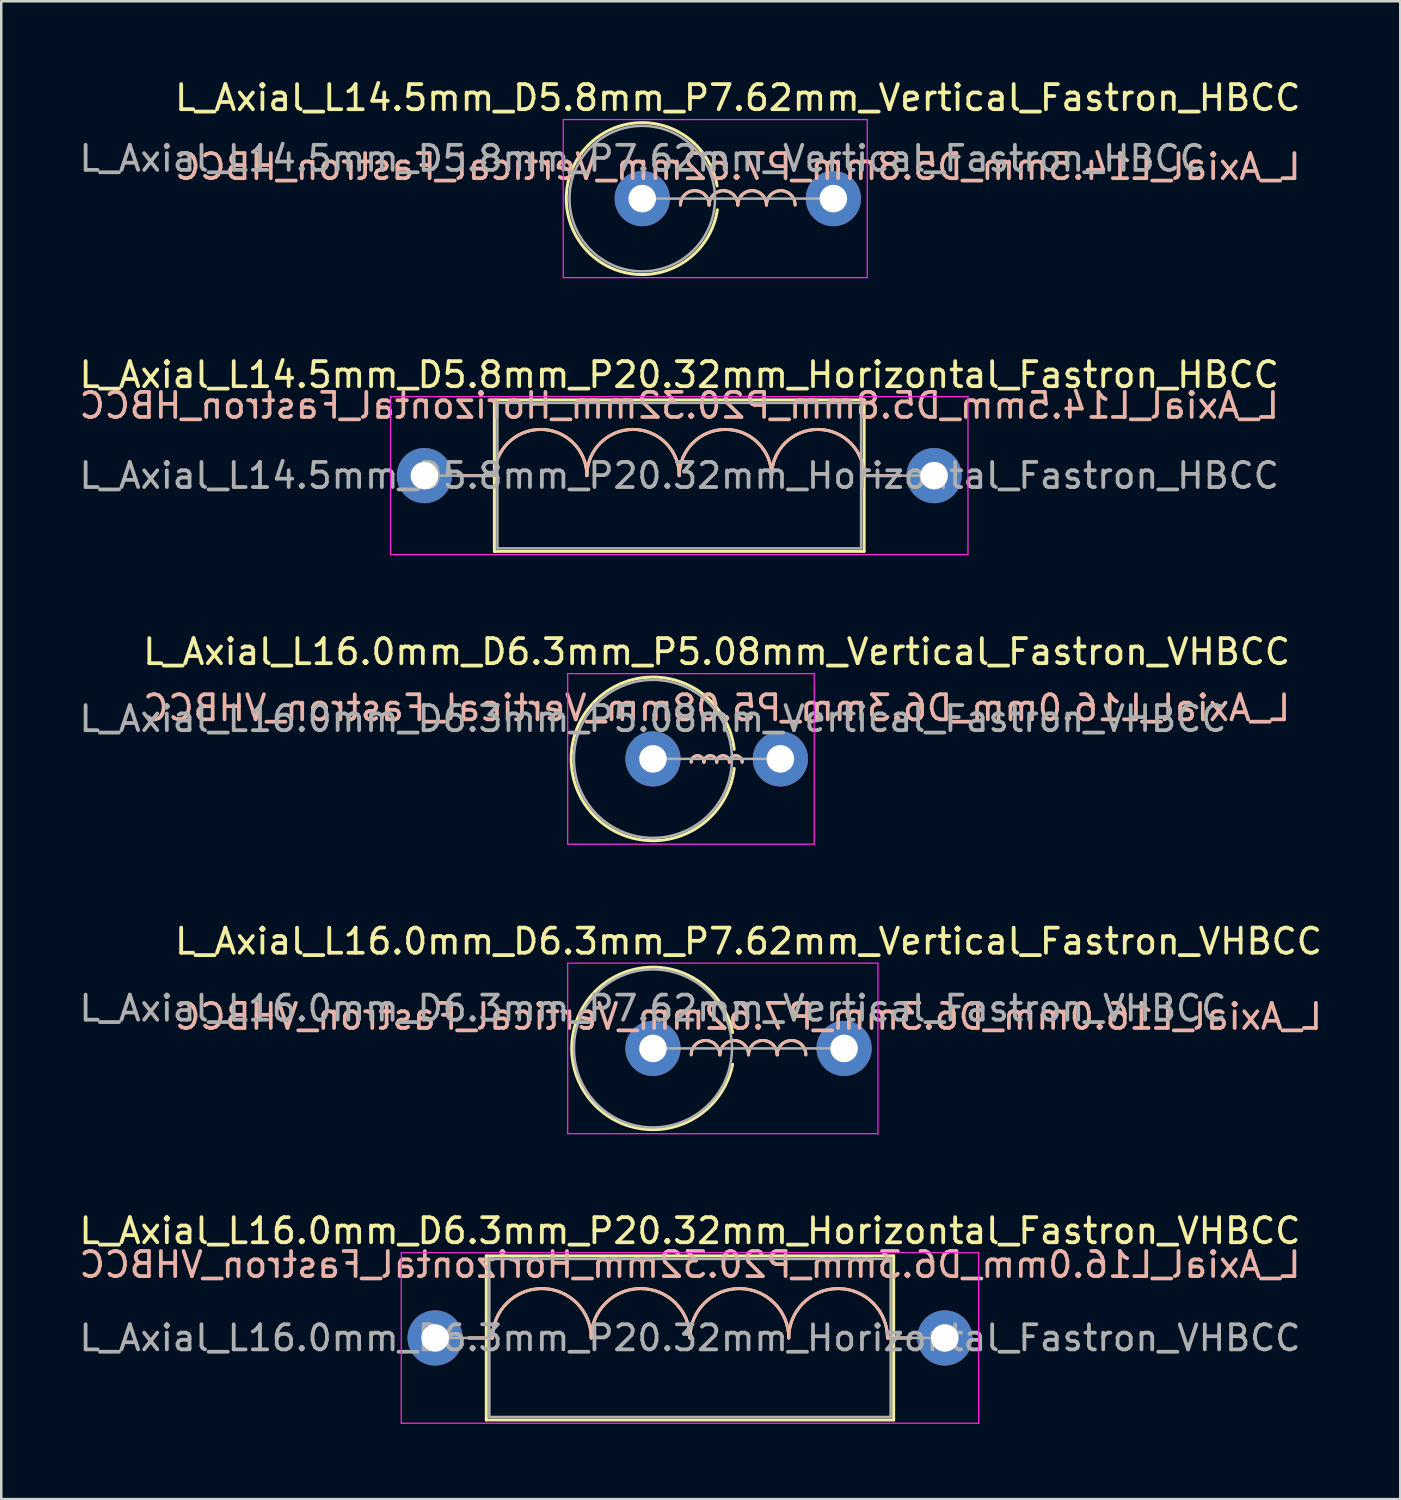
<source format=kicad_pcb>
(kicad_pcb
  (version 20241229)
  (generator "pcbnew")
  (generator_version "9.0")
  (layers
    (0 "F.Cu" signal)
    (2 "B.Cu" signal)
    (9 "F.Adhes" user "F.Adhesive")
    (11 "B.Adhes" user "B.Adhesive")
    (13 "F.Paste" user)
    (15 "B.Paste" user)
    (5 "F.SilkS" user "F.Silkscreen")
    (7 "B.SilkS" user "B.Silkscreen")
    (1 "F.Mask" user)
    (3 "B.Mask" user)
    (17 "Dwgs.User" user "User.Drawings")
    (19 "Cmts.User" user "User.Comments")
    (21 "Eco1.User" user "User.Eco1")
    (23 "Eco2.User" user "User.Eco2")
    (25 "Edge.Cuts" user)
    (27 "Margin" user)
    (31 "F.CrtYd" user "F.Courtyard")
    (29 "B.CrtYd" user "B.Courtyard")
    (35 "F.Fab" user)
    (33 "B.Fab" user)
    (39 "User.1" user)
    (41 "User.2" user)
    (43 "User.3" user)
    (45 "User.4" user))
  (footprint "L_Axial_L16.0mm_D6.3mm_P5.08mm_Vertical_Fastron_VHBCC"
    (layer "F.Cu")
    (at 22.982 27.205)
    (property "Reference" "L_Axial_L16.0mm_D6.3mm_P5.08mm_Vertical_Fastron_VHBCC" (at 2.54 -4.27 0) (layer "F.SilkS") (effects (font (size 1 1) (thickness 0.15))))
    (fp_arc (start 1.524 0.127) (mid 1.778 -0.127) (end 2.032 0.127) (stroke (width 0.12) (type solid)) (layer "F.SilkS"))
    (fp_arc (start 2.032 0.127) (mid 2.286 -0.127) (end 2.54 0.127) (stroke (width 0.12) (type solid)) (layer "F.SilkS"))
    (fp_arc (start 2.54 0.127) (mid 2.794 -0.127) (end 3.048 0.127) (stroke (width 0.12) (type solid)) (layer "F.SilkS"))
    (fp_arc (start 3.048 0.127) (mid 3.302 -0.127) (end 3.556 0.127) (stroke (width 0.12) (type solid)) (layer "F.SilkS"))
    (fp_arc (start 3.2385 0.381) (mid -3.260835 0) (end 3.2385 -0.381) (stroke (width 0.12) (type solid)) (layer "F.SilkS"))
    (fp_arc (start 1.524 0.127) (mid 1.778 -0.127) (end 2.032 0.127) (stroke (width 0.12) (type solid)) (layer "B.SilkS"))
    (fp_arc (start 2.032 0.127) (mid 2.286 -0.127) (end 2.54 0.127) (stroke (width 0.12) (type solid)) (layer "B.SilkS"))
    (fp_arc (start 2.54 0.127) (mid 2.794 -0.127) (end 3.048 0.127) (stroke (width 0.12) (type solid)) (layer "B.SilkS"))
    (fp_arc (start 3.048 0.127) (mid 3.302 -0.127) (end 3.556 0.127) (stroke (width 0.12) (type solid)) (layer "B.SilkS"))
    (fp_line (start -3.4 -3.4) (end -3.4 3.4) (stroke (width 0.05) (type solid)) (layer "F.CrtYd"))
    (fp_line (start -3.4 3.4) (end 6.43 3.4) (stroke (width 0.05) (type solid)) (layer "F.CrtYd"))
    (fp_line (start 6.43 -3.4) (end -3.4 -3.4) (stroke (width 0.05) (type solid)) (layer "F.CrtYd"))
    (fp_line (start 6.43 3.4) (end 6.43 -3.4) (stroke (width 0.05) (type solid)) (layer "F.CrtYd"))
    (fp_line (start 0 0) (end 5.08 0) (stroke (width 0.1) (type solid)) (layer "F.Fab"))
    (fp_circle (center 0 0) (end 3.15 0) (stroke (width 0.1) (type solid)) (fill no) (layer "F.Fab"))
    (fp_text user "${REFERENCE}" (at 2.54 -2.032 0) (layer "B.SilkS") (effects (font (size 1 1) (thickness 0.15)) (justify mirror)))
    (fp_text user "${REFERENCE}" (at 0 -1.6 0) (layer "F.Fab") (effects (font (size 1 1) (thickness 0.15))))
    (pad "1" thru_hole circle (at 0 0) (size 2.2 2.2) (drill 1.1) (layers "*.Cu" "*.Mask"))
    (pad "2" thru_hole oval (at 5.08 0) (size 2.2 2.2) (drill 1.1) (layers "*.Cu" "*.Mask")))
  (footprint "L_Axial_L16.0mm_D6.3mm_P7.62mm_Vertical_Fastron_VHBCC"
    (layer "F.Cu")
    (at 22.982 38.748)
    (property "Reference" "L_Axial_L16.0mm_D6.3mm_P7.62mm_Vertical_Fastron_VHBCC" (at 3.81 -4.27 0) (layer "F.SilkS") (effects (font (size 1 1) (thickness 0.15))))
    (fp_arc (start 1.524 0.254) (mid 2.0955 -0.3175) (end 2.667 0.254) (stroke (width 0.12) (type solid)) (layer "F.SilkS"))
    (fp_arc (start 2.667 0.254) (mid 3.2385 -0.3175) (end 3.81 0.254) (stroke (width 0.12) (type solid)) (layer "F.SilkS"))
    (fp_arc (start 3.175 0.635) (mid -3.237877 0) (end 3.175 -0.635) (stroke (width 0.12) (type solid)) (layer "F.SilkS"))
    (fp_arc (start 3.81 0.254) (mid 4.3815 -0.3175) (end 4.953 0.254) (stroke (width 0.12) (type solid)) (layer "F.SilkS"))
    (fp_arc (start 4.953 0.254) (mid 5.5245 -0.3175) (end 6.096 0.254) (stroke (width 0.12) (type solid)) (layer "F.SilkS"))
    (fp_arc (start 1.524 0.254) (mid 2.0955 -0.3175) (end 2.667 0.254) (stroke (width 0.12) (type solid)) (layer "B.SilkS"))
    (fp_arc (start 2.667 0.254) (mid 3.2385 -0.3175) (end 3.81 0.254) (stroke (width 0.12) (type solid)) (layer "B.SilkS"))
    (fp_arc (start 3.81 0.254) (mid 4.3815 -0.3175) (end 4.953 0.254) (stroke (width 0.12) (type solid)) (layer "B.SilkS"))
    (fp_arc (start 4.953 0.254) (mid 5.5245 -0.3175) (end 6.096 0.254) (stroke (width 0.12) (type solid)) (layer "B.SilkS"))
    (fp_line (start -3.4 -3.4) (end -3.4 3.4) (stroke (width 0.05) (type solid)) (layer "F.CrtYd"))
    (fp_line (start -3.4 3.4) (end 8.97 3.4) (stroke (width 0.05) (type solid)) (layer "F.CrtYd"))
    (fp_line (start 8.97 -3.4) (end -3.4 -3.4) (stroke (width 0.05) (type solid)) (layer "F.CrtYd"))
    (fp_line (start 8.97 3.4) (end 8.97 -3.4) (stroke (width 0.05) (type solid)) (layer "F.CrtYd"))
    (fp_line (start 0 0) (end 7.62 0) (stroke (width 0.1) (type solid)) (layer "F.Fab"))
    (fp_circle (center 0 0) (end 3.15 0) (stroke (width 0.1) (type solid)) (fill no) (layer "F.Fab"))
    (fp_text user "${REFERENCE}" (at 3.81 -1.27 0) (layer "B.SilkS") (effects (font (size 1 1) (thickness 0.15)) (justify mirror)))
    (fp_text user "${REFERENCE}" (at 0 -1.6 0) (layer "F.Fab") (effects (font (size 1 1) (thickness 0.15))))
    (pad "1" thru_hole circle (at 0 0) (size 2.2 2.2) (drill 1.1) (layers "*.Cu" "*.Mask"))
    (pad "2" thru_hole oval (at 7.62 0) (size 2.2 2.2) (drill 1.1) (layers "*.Cu" "*.Mask")))
  (footprint "L_Axial_L14.5mm_D5.8mm_P20.32mm_Horizontal_Fastron_HBCC"
    (layer "F.Cu")
    (at 13.87 15.912)
    (property "Reference" "L_Axial_L14.5mm_D5.8mm_P20.32mm_Horizontal_Fastron_HBCC" (at 10.16 -4.02 0) (layer "F.SilkS") (effects (font (size 1 1) (thickness 0.15))))
    (fp_line (start 1.34 0) (end 2.79 0) (stroke (width 0.12) (type solid)) (layer "F.SilkS"))
    (fp_line (start 2.79 -3.02) (end 2.79 3.02) (stroke (width 0.12) (type solid)) (layer "F.SilkS"))
    (fp_line (start 2.79 3.02) (end 17.53 3.02) (stroke (width 0.12) (type solid)) (layer "F.SilkS"))
    (fp_line (start 17.53 -3.02) (end 2.79 -3.02) (stroke (width 0.12) (type solid)) (layer "F.SilkS"))
    (fp_line (start 17.53 3.02) (end 17.53 -3.02) (stroke (width 0.12) (type solid)) (layer "F.SilkS"))
    (fp_line (start 18.98 0) (end 17.53 0) (stroke (width 0.12) (type solid)) (layer "F.SilkS"))
    (fp_arc (start 2.794 0) (mid 4.6355 -1.8415) (end 6.477 0) (stroke (width 0.12) (type solid)) (layer "F.SilkS"))
    (fp_arc (start 6.477 0) (mid 8.3185 -1.8415) (end 10.16 0) (stroke (width 0.12) (type solid)) (layer "F.SilkS"))
    (fp_arc (start 10.16 0) (mid 12.0015 -1.8415) (end 13.843 0) (stroke (width 0.12) (type solid)) (layer "F.SilkS"))
    (fp_arc (start 13.843 0) (mid 15.6845 -1.8415) (end 17.526 0) (stroke (width 0.12) (type solid)) (layer "F.SilkS"))
    (fp_line (start 1.34 0) (end 2.79 0) (stroke (width 0.12) (type solid)) (layer "B.SilkS"))
    (fp_line (start 18.98 0) (end 17.53 0) (stroke (width 0.12) (type solid)) (layer "B.SilkS"))
    (fp_arc (start 2.794 0) (mid 4.6355 -1.8415) (end 6.477 0) (stroke (width 0.12) (type solid)) (layer "B.SilkS"))
    (fp_arc (start 6.477 0) (mid 8.3185 -1.8415) (end 10.16 0) (stroke (width 0.12) (type solid)) (layer "B.SilkS"))
    (fp_arc (start 10.16 0) (mid 12.0015 -1.8415) (end 13.843 0) (stroke (width 0.12) (type solid)) (layer "B.SilkS"))
    (fp_arc (start 13.843 0) (mid 15.6845 -1.8415) (end 17.526 0) (stroke (width 0.12) (type solid)) (layer "B.SilkS"))
    (fp_line (start -1.35 -3.15) (end -1.35 3.15) (stroke (width 0.05) (type solid)) (layer "F.CrtYd"))
    (fp_line (start -1.35 3.15) (end 21.67 3.15) (stroke (width 0.05) (type solid)) (layer "F.CrtYd"))
    (fp_line (start 21.67 -3.15) (end -1.35 -3.15) (stroke (width 0.05) (type solid)) (layer "F.CrtYd"))
    (fp_line (start 21.67 3.15) (end 21.67 -3.15) (stroke (width 0.05) (type solid)) (layer "F.CrtYd"))
    (fp_line (start 0 0) (end 2.91 0) (stroke (width 0.1) (type solid)) (layer "F.Fab"))
    (fp_line (start 2.91 -2.9) (end 2.91 2.9) (stroke (width 0.1) (type solid)) (layer "F.Fab"))
    (fp_line (start 2.91 2.9) (end 17.41 2.9) (stroke (width 0.1) (type solid)) (layer "F.Fab"))
    (fp_line (start 17.41 -2.9) (end 2.91 -2.9) (stroke (width 0.1) (type solid)) (layer "F.Fab"))
    (fp_line (start 17.41 2.9) (end 17.41 -2.9) (stroke (width 0.1) (type solid)) (layer "F.Fab"))
    (fp_line (start 20.32 0) (end 17.41 0) (stroke (width 0.1) (type solid)) (layer "F.Fab"))
    (fp_text user "${REFERENCE}" (at 10.16 -2.794 0) (layer "B.SilkS") (effects (font (size 1 1) (thickness 0.15)) (justify mirror)))
    (fp_text user "${REFERENCE}" (at 10.16 0 0) (layer "F.Fab") (effects (font (size 1 1) (thickness 0.15))))
    (pad "1" thru_hole circle (at 0 0) (size 2.2 2.2) (drill 1.1) (layers "*.Cu" "*.Mask"))
    (pad "2" thru_hole oval (at 20.32 0) (size 2.2 2.2) (drill 1.1) (layers "*.Cu" "*.Mask")))
  (footprint "L_Axial_L16.0mm_D6.3mm_P20.32mm_Horizontal_Fastron_VHBCC"
    (layer "F.Cu")
    (at 14.298 50.291)
    (property "Reference" "L_Axial_L16.0mm_D6.3mm_P20.32mm_Horizontal_Fastron_VHBCC" (at 10.16 -4.27 0) (layer "F.SilkS") (effects (font (size 1 1) (thickness 0.15))))
    (fp_line (start 1.34 0) (end 2.04 0) (stroke (width 0.12) (type solid)) (layer "F.SilkS"))
    (fp_line (start 2.04 -3.27) (end 2.04 3.27) (stroke (width 0.12) (type solid)) (layer "F.SilkS"))
    (fp_line (start 2.04 3.27) (end 18.28 3.27) (stroke (width 0.12) (type solid)) (layer "F.SilkS"))
    (fp_line (start 2.286 0) (end 2.04 0) (stroke (width 0.12) (type solid)) (layer "F.SilkS"))
    (fp_line (start 18.034 0) (end 18.288 0) (stroke (width 0.12) (type solid)) (layer "F.SilkS"))
    (fp_line (start 18.28 -3.27) (end 2.04 -3.27) (stroke (width 0.12) (type solid)) (layer "F.SilkS"))
    (fp_line (start 18.28 3.27) (end 18.28 -3.27) (stroke (width 0.12) (type solid)) (layer "F.SilkS"))
    (fp_line (start 18.98 0) (end 18.28 0) (stroke (width 0.12) (type solid)) (layer "F.SilkS"))
    (fp_arc (start 2.286 0) (mid 4.2545 -1.9685) (end 6.223 0) (stroke (width 0.12) (type solid)) (layer "F.SilkS"))
    (fp_arc (start 6.223 0) (mid 8.1915 -1.9685) (end 10.16 0) (stroke (width 0.12) (type solid)) (layer "F.SilkS"))
    (fp_arc (start 10.16 0) (mid 12.1285 -1.9685) (end 14.097 0) (stroke (width 0.12) (type solid)) (layer "F.SilkS"))
    (fp_arc (start 14.097 0) (mid 16.0655 -1.9685) (end 18.034 0) (stroke (width 0.12) (type solid)) (layer "F.SilkS"))
    (fp_line (start 1.34 0) (end 2.04 0) (stroke (width 0.12) (type solid)) (layer "B.SilkS"))
    (fp_line (start 2.286 0) (end 2.032 0) (stroke (width 0.12) (type solid)) (layer "B.SilkS"))
    (fp_line (start 18.034 0) (end 18.28 0) (stroke (width 0.12) (type solid)) (layer "B.SilkS"))
    (fp_line (start 18.98 0) (end 18.28 0) (stroke (width 0.12) (type solid)) (layer "B.SilkS"))
    (fp_arc (start 2.286 0) (mid 4.2545 -1.9685) (end 6.223 0) (stroke (width 0.12) (type solid)) (layer "B.SilkS"))
    (fp_arc (start 6.223 0) (mid 8.1915 -1.9685) (end 10.16 0) (stroke (width 0.12) (type solid)) (layer "B.SilkS"))
    (fp_arc (start 10.16 0) (mid 12.1285 -1.9685) (end 14.097 0) (stroke (width 0.12) (type solid)) (layer "B.SilkS"))
    (fp_arc (start 14.097 0) (mid 16.0655 -1.9685) (end 18.034 0) (stroke (width 0.12) (type solid)) (layer "B.SilkS"))
    (fp_line (start -1.35 -3.4) (end -1.35 3.4) (stroke (width 0.05) (type solid)) (layer "F.CrtYd"))
    (fp_line (start -1.35 3.4) (end 21.67 3.4) (stroke (width 0.05) (type solid)) (layer "F.CrtYd"))
    (fp_line (start 21.67 -3.4) (end -1.35 -3.4) (stroke (width 0.05) (type solid)) (layer "F.CrtYd"))
    (fp_line (start 21.67 3.4) (end 21.67 -3.4) (stroke (width 0.05) (type solid)) (layer "F.CrtYd"))
    (fp_line (start 0 0) (end 2.16 0) (stroke (width 0.1) (type solid)) (layer "F.Fab"))
    (fp_line (start 2.16 -3.15) (end 2.16 3.15) (stroke (width 0.1) (type solid)) (layer "F.Fab"))
    (fp_line (start 2.16 3.15) (end 18.16 3.15) (stroke (width 0.1) (type solid)) (layer "F.Fab"))
    (fp_line (start 18.16 -3.15) (end 2.16 -3.15) (stroke (width 0.1) (type solid)) (layer "F.Fab"))
    (fp_line (start 18.16 3.15) (end 18.16 -3.15) (stroke (width 0.1) (type solid)) (layer "F.Fab"))
    (fp_line (start 20.32 0) (end 18.16 0) (stroke (width 0.1) (type solid)) (layer "F.Fab"))
    (fp_text user "${REFERENCE}" (at 10.16 -2.921 0) (layer "B.SilkS") (effects (font (size 1 1) (thickness 0.15)) (justify mirror)))
    (fp_text user "${REFERENCE}" (at 10.16 0 0) (layer "F.Fab") (effects (font (size 1 1) (thickness 0.15))))
    (pad "1" thru_hole circle (at 0 0) (size 2.2 2.2) (drill 1.1) (layers "*.Cu" "*.Mask"))
    (pad "2" thru_hole oval (at 20.32 0) (size 2.2 2.2) (drill 1.1) (layers "*.Cu" "*.Mask")))
  (footprint "L_Axial_L14.5mm_D5.8mm_P7.62mm_Vertical_Fastron_HBCC"
    (layer "F.Cu")
    (at 22.554 4.868)
    (property "Reference" "L_Axial_L14.5mm_D5.8mm_P7.62mm_Vertical_Fastron_HBCC" (at 3.81 -4.02 0) (layer "F.SilkS") (effects (font (size 1 1) (thickness 0.15))))
    (fp_arc (start 1.524 0.254) (mid 2.0955 -0.3175) (end 2.667 0.254) (stroke (width 0.12) (type solid)) (layer "F.SilkS"))
    (fp_arc (start 2.667 0.254) (mid 3.2385 -0.3175) (end 3.81 0.254) (stroke (width 0.12) (type solid)) (layer "F.SilkS"))
    (fp_arc (start 2.994397 0.445974) (mid -3.027263 0.031405) (end 2.9845 -0.508) (stroke (width 0.12) (type solid)) (layer "F.SilkS"))
    (fp_arc (start 3.81 0.254) (mid 4.3815 -0.3175) (end 4.953 0.254) (stroke (width 0.12) (type solid)) (layer "F.SilkS"))
    (fp_arc (start 4.953 0.254) (mid 5.5245 -0.3175) (end 6.096 0.254) (stroke (width 0.12) (type solid)) (layer "F.SilkS"))
    (fp_arc (start 1.524 0.254) (mid 2.0955 -0.3175) (end 2.667 0.254) (stroke (width 0.12) (type solid)) (layer "B.SilkS"))
    (fp_arc (start 2.667 0.254) (mid 3.2385 -0.3175) (end 3.81 0.254) (stroke (width 0.12) (type solid)) (layer "B.SilkS"))
    (fp_arc (start 3.81 0.254) (mid 4.3815 -0.3175) (end 4.953 0.254) (stroke (width 0.12) (type solid)) (layer "B.SilkS"))
    (fp_arc (start 4.953 0.254) (mid 5.5245 -0.3175) (end 6.096 0.254) (stroke (width 0.12) (type solid)) (layer "B.SilkS"))
    (fp_line (start -3.15 -3.15) (end -3.15 3.15) (stroke (width 0.05) (type solid)) (layer "F.CrtYd"))
    (fp_line (start -3.15 3.15) (end 8.97 3.15) (stroke (width 0.05) (type solid)) (layer "F.CrtYd"))
    (fp_line (start 8.97 -3.15) (end -3.15 -3.15) (stroke (width 0.05) (type solid)) (layer "F.CrtYd"))
    (fp_line (start 8.97 3.15) (end 8.97 -3.15) (stroke (width 0.05) (type solid)) (layer "F.CrtYd"))
    (fp_line (start 0 0) (end 7.62 0) (stroke (width 0.1) (type solid)) (layer "F.Fab"))
    (fp_circle (center 0 0) (end 2.9 0) (stroke (width 0.1) (type solid)) (fill no) (layer "F.Fab"))
    (fp_text user "${REFERENCE}" (at 3.81 -1.27 0) (layer "B.SilkS") (effects (font (size 1 1) (thickness 0.15)) (justify mirror)))
    (fp_text user "${REFERENCE}" (at 0 -1.6 0) (layer "F.Fab") (effects (font (size 1 1) (thickness 0.15))))
    (pad "1" thru_hole circle (at 0 0) (size 2.2 2.2) (drill 1.1) (layers "*.Cu" "*.Mask"))
    (pad "2" thru_hole oval (at 7.62 0) (size 2.2 2.2) (drill 1.1) (layers "*.Cu" "*.Mask")))
  (gr_rect
    (start -3 -3)
    (end 52.774 56.716)
    (stroke (width 0.1) (type default))
    (fill no)
    (layer "Edge.Cuts")))
</source>
